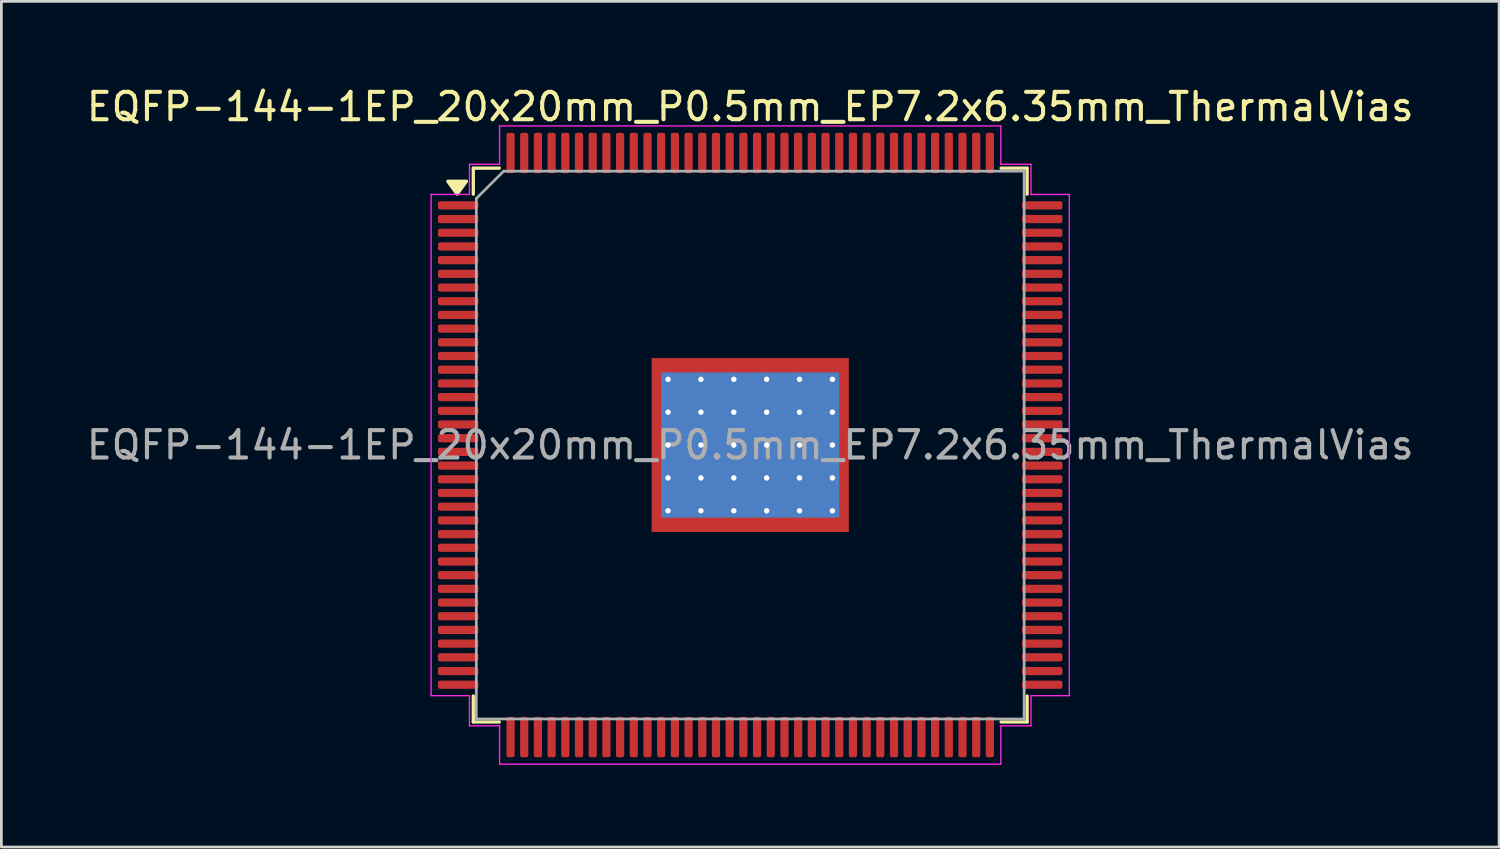
<source format=kicad_pcb>
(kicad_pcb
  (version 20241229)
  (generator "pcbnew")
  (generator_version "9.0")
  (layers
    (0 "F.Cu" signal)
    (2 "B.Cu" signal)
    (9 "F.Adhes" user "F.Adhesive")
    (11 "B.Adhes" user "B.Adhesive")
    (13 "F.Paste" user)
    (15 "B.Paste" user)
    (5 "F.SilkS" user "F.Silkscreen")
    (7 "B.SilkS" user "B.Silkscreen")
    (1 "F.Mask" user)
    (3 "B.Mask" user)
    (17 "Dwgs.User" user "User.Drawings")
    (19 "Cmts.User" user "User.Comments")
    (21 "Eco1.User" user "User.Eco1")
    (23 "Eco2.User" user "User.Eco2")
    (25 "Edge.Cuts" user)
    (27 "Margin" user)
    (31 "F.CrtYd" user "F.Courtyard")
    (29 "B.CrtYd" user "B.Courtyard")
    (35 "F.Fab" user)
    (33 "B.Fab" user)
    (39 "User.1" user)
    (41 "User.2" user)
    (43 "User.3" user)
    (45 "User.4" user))
  (footprint "EQFP-144-1EP_20x20mm_P0.5mm_EP7.2x6.35mm_ThermalVias"
    (layer "F.Cu")
    (at 24.339 13.198)
    (property "Reference" "EQFP-144-1EP_20x20mm_P0.5mm_EP7.2x6.35mm_ThermalVias" (at 0 -12.35 0) (layer "F.SilkS") (effects (font (size 1 1) (thickness 0.15))))
    (attr smd)
    (fp_line (start -10.11 -10.11) (end -10.11 -9.16) (stroke (width 0.12) (type solid)) (layer "F.SilkS"))
    (fp_line (start -10.11 10.11) (end -10.11 9.16) (stroke (width 0.12) (type solid)) (layer "F.SilkS"))
    (fp_line (start -9.16 -10.11) (end -10.11 -10.11) (stroke (width 0.12) (type solid)) (layer "F.SilkS"))
    (fp_line (start -9.16 10.11) (end -10.11 10.11) (stroke (width 0.12) (type solid)) (layer "F.SilkS"))
    (fp_line (start 9.16 -10.11) (end 10.11 -10.11) (stroke (width 0.12) (type solid)) (layer "F.SilkS"))
    (fp_line (start 9.16 10.11) (end 10.11 10.11) (stroke (width 0.12) (type solid)) (layer "F.SilkS"))
    (fp_line (start 10.11 -10.11) (end 10.11 -9.16) (stroke (width 0.12) (type solid)) (layer "F.SilkS"))
    (fp_line (start 10.11 10.11) (end 10.11 9.16) (stroke (width 0.12) (type solid)) (layer "F.SilkS"))
    (fp_poly (pts (xy -10.7 -9.16) (xy -11.04 -9.63) (xy -10.36 -9.63)) (stroke (width 0.12) (type solid)) (fill yes) (layer "F.SilkS"))
    (fp_line (start -11.65 -9.15) (end -10.25 -9.15) (stroke (width 0.05) (type solid)) (layer "F.CrtYd"))
    (fp_line (start -11.65 9.15) (end -11.65 -9.15) (stroke (width 0.05) (type solid)) (layer "F.CrtYd"))
    (fp_line (start -10.25 -10.25) (end -9.15 -10.25) (stroke (width 0.05) (type solid)) (layer "F.CrtYd"))
    (fp_line (start -10.25 -9.15) (end -10.25 -10.25) (stroke (width 0.05) (type solid)) (layer "F.CrtYd"))
    (fp_line (start -10.25 9.15) (end -11.65 9.15) (stroke (width 0.05) (type solid)) (layer "F.CrtYd"))
    (fp_line (start -10.25 10.25) (end -10.25 9.15) (stroke (width 0.05) (type solid)) (layer "F.CrtYd"))
    (fp_line (start -9.15 -11.65) (end 9.15 -11.65) (stroke (width 0.05) (type solid)) (layer "F.CrtYd"))
    (fp_line (start -9.15 -10.25) (end -9.15 -11.65) (stroke (width 0.05) (type solid)) (layer "F.CrtYd"))
    (fp_line (start -9.15 10.25) (end -10.25 10.25) (stroke (width 0.05) (type solid)) (layer "F.CrtYd"))
    (fp_line (start -9.15 11.65) (end -9.15 10.25) (stroke (width 0.05) (type solid)) (layer "F.CrtYd"))
    (fp_line (start 9.15 -11.65) (end 9.15 -10.25) (stroke (width 0.05) (type solid)) (layer "F.CrtYd"))
    (fp_line (start 9.15 -10.25) (end 10.25 -10.25) (stroke (width 0.05) (type solid)) (layer "F.CrtYd"))
    (fp_line (start 9.15 10.25) (end 9.15 11.65) (stroke (width 0.05) (type solid)) (layer "F.CrtYd"))
    (fp_line (start 9.15 11.65) (end -9.15 11.65) (stroke (width 0.05) (type solid)) (layer "F.CrtYd"))
    (fp_line (start 10.25 -10.25) (end 10.25 -9.15) (stroke (width 0.05) (type solid)) (layer "F.CrtYd"))
    (fp_line (start 10.25 -9.15) (end 11.65 -9.15) (stroke (width 0.05) (type solid)) (layer "F.CrtYd"))
    (fp_line (start 10.25 9.15) (end 10.25 10.25) (stroke (width 0.05) (type solid)) (layer "F.CrtYd"))
    (fp_line (start 10.25 10.25) (end 9.15 10.25) (stroke (width 0.05) (type solid)) (layer "F.CrtYd"))
    (fp_line (start 11.65 -9.15) (end 11.65 9.15) (stroke (width 0.05) (type solid)) (layer "F.CrtYd"))
    (fp_line (start 11.65 9.15) (end 10.25 9.15) (stroke (width 0.05) (type solid)) (layer "F.CrtYd"))
    (fp_line (start -10 -9) (end -9 -10) (stroke (width 0.1) (type solid)) (layer "F.Fab"))
    (fp_line (start -10 10) (end -10 -9) (stroke (width 0.1) (type solid)) (layer "F.Fab"))
    (fp_line (start -9 -10) (end 10 -10) (stroke (width 0.1) (type solid)) (layer "F.Fab"))
    (fp_line (start 10 -10) (end 10 10) (stroke (width 0.1) (type solid)) (layer "F.Fab"))
    (fp_line (start 10 10) (end -10 10) (stroke (width 0.1) (type solid)) (layer "F.Fab"))
    (fp_text user "${REFERENCE}" (at 0 0 0) (layer "F.Fab") (effects (font (size 1 1) (thickness 0.15))))
    (pad "" smd roundrect (at -3 -2.54) (size 0.97 1.02) (layers "F.Paste") (roundrect_rratio 0.25))
    (pad "" smd roundrect (at -3 -1.27) (size 0.97 1.02) (layers "F.Paste") (roundrect_rratio 0.25))
    (pad "" smd roundrect (at -3 0) (size 0.97 1.02) (layers "F.Paste") (roundrect_rratio 0.25))
    (pad "" smd roundrect (at -3 1.27) (size 0.97 1.02) (layers "F.Paste") (roundrect_rratio 0.25))
    (pad "" smd roundrect (at -3 2.54) (size 0.97 1.02) (layers "F.Paste") (roundrect_rratio 0.25))
    (pad "" smd roundrect (at -1.8 -2.54) (size 0.97 1.02) (layers "F.Paste") (roundrect_rratio 0.25))
    (pad "" smd roundrect (at -1.8 -1.27) (size 0.97 1.02) (layers "F.Paste") (roundrect_rratio 0.25))
    (pad "" smd roundrect (at -1.8 0) (size 0.97 1.02) (layers "F.Paste") (roundrect_rratio 0.25))
    (pad "" smd roundrect (at -1.8 1.27) (size 0.97 1.02) (layers "F.Paste") (roundrect_rratio 0.25))
    (pad "" smd roundrect (at -1.8 2.54) (size 0.97 1.02) (layers "F.Paste") (roundrect_rratio 0.25))
    (pad "" smd roundrect (at -0.6 -2.54) (size 0.97 1.02) (layers "F.Paste") (roundrect_rratio 0.25))
    (pad "" smd roundrect (at -0.6 -1.27) (size 0.97 1.02) (layers "F.Paste") (roundrect_rratio 0.25))
    (pad "" smd roundrect (at -0.6 0) (size 0.97 1.02) (layers "F.Paste") (roundrect_rratio 0.25))
    (pad "" smd roundrect (at -0.6 1.27) (size 0.97 1.02) (layers "F.Paste") (roundrect_rratio 0.25))
    (pad "" smd roundrect (at -0.6 2.54) (size 0.97 1.02) (layers "F.Paste") (roundrect_rratio 0.25))
    (pad "" smd roundrect (at 0.6 -2.54) (size 0.97 1.02) (layers "F.Paste") (roundrect_rratio 0.25))
    (pad "" smd roundrect (at 0.6 -1.27) (size 0.97 1.02) (layers "F.Paste") (roundrect_rratio 0.25))
    (pad "" smd roundrect (at 0.6 0) (size 0.97 1.02) (layers "F.Paste") (roundrect_rratio 0.25))
    (pad "" smd roundrect (at 0.6 1.27) (size 0.97 1.02) (layers "F.Paste") (roundrect_rratio 0.25))
    (pad "" smd roundrect (at 0.6 2.54) (size 0.97 1.02) (layers "F.Paste") (roundrect_rratio 0.25))
    (pad "" smd roundrect (at 1.8 -2.54) (size 0.97 1.02) (layers "F.Paste") (roundrect_rratio 0.25))
    (pad "" smd roundrect (at 1.8 -1.27) (size 0.97 1.02) (layers "F.Paste") (roundrect_rratio 0.25))
    (pad "" smd roundrect (at 1.8 0) (size 0.97 1.02) (layers "F.Paste") (roundrect_rratio 0.25))
    (pad "" smd roundrect (at 1.8 1.27) (size 0.97 1.02) (layers "F.Paste") (roundrect_rratio 0.25))
    (pad "" smd roundrect (at 1.8 2.54) (size 0.97 1.02) (layers "F.Paste") (roundrect_rratio 0.25))
    (pad "" smd roundrect (at 3 -2.54) (size 0.97 1.02) (layers "F.Paste") (roundrect_rratio 0.25))
    (pad "" smd roundrect (at 3 -1.27) (size 0.97 1.02) (layers "F.Paste") (roundrect_rratio 0.25))
    (pad "" smd roundrect (at 3 0) (size 0.97 1.02) (layers "F.Paste") (roundrect_rratio 0.25))
    (pad "" smd roundrect (at 3 1.27) (size 0.97 1.02) (layers "F.Paste") (roundrect_rratio 0.25))
    (pad "" smd roundrect (at 3 2.54) (size 0.97 1.02) (layers "F.Paste") (roundrect_rratio 0.25))
    (pad "1" smd roundrect (at -10.662 -8.75) (size 1.475 0.3) (layers "F.Cu" "F.Mask" "F.Paste") (roundrect_rratio 0.25))
    (pad "2" smd roundrect (at -10.662 -8.25) (size 1.475 0.3) (layers "F.Cu" "F.Mask" "F.Paste") (roundrect_rratio 0.25))
    (pad "3" smd roundrect (at -10.662 -7.75) (size 1.475 0.3) (layers "F.Cu" "F.Mask" "F.Paste") (roundrect_rratio 0.25))
    (pad "4" smd roundrect (at -10.662 -7.25) (size 1.475 0.3) (layers "F.Cu" "F.Mask" "F.Paste") (roundrect_rratio 0.25))
    (pad "5" smd roundrect (at -10.662 -6.75) (size 1.475 0.3) (layers "F.Cu" "F.Mask" "F.Paste") (roundrect_rratio 0.25))
    (pad "6" smd roundrect (at -10.662 -6.25) (size 1.475 0.3) (layers "F.Cu" "F.Mask" "F.Paste") (roundrect_rratio 0.25))
    (pad "7" smd roundrect (at -10.662 -5.75) (size 1.475 0.3) (layers "F.Cu" "F.Mask" "F.Paste") (roundrect_rratio 0.25))
    (pad "8" smd roundrect (at -10.662 -5.25) (size 1.475 0.3) (layers "F.Cu" "F.Mask" "F.Paste") (roundrect_rratio 0.25))
    (pad "9" smd roundrect (at -10.662 -4.75) (size 1.475 0.3) (layers "F.Cu" "F.Mask" "F.Paste") (roundrect_rratio 0.25))
    (pad "10" smd roundrect (at -10.662 -4.25) (size 1.475 0.3) (layers "F.Cu" "F.Mask" "F.Paste") (roundrect_rratio 0.25))
    (pad "11" smd roundrect (at -10.662 -3.75) (size 1.475 0.3) (layers "F.Cu" "F.Mask" "F.Paste") (roundrect_rratio 0.25))
    (pad "12" smd roundrect (at -10.662 -3.25) (size 1.475 0.3) (layers "F.Cu" "F.Mask" "F.Paste") (roundrect_rratio 0.25))
    (pad "13" smd roundrect (at -10.662 -2.75) (size 1.475 0.3) (layers "F.Cu" "F.Mask" "F.Paste") (roundrect_rratio 0.25))
    (pad "14" smd roundrect (at -10.662 -2.25) (size 1.475 0.3) (layers "F.Cu" "F.Mask" "F.Paste") (roundrect_rratio 0.25))
    (pad "15" smd roundrect (at -10.662 -1.75) (size 1.475 0.3) (layers "F.Cu" "F.Mask" "F.Paste") (roundrect_rratio 0.25))
    (pad "16" smd roundrect (at -10.662 -1.25) (size 1.475 0.3) (layers "F.Cu" "F.Mask" "F.Paste") (roundrect_rratio 0.25))
    (pad "17" smd roundrect (at -10.662 -0.75) (size 1.475 0.3) (layers "F.Cu" "F.Mask" "F.Paste") (roundrect_rratio 0.25))
    (pad "18" smd roundrect (at -10.662 -0.25) (size 1.475 0.3) (layers "F.Cu" "F.Mask" "F.Paste") (roundrect_rratio 0.25))
    (pad "19" smd roundrect (at -10.662 0.25) (size 1.475 0.3) (layers "F.Cu" "F.Mask" "F.Paste") (roundrect_rratio 0.25))
    (pad "20" smd roundrect (at -10.662 0.75) (size 1.475 0.3) (layers "F.Cu" "F.Mask" "F.Paste") (roundrect_rratio 0.25))
    (pad "21" smd roundrect (at -10.662 1.25) (size 1.475 0.3) (layers "F.Cu" "F.Mask" "F.Paste") (roundrect_rratio 0.25))
    (pad "22" smd roundrect (at -10.662 1.75) (size 1.475 0.3) (layers "F.Cu" "F.Mask" "F.Paste") (roundrect_rratio 0.25))
    (pad "23" smd roundrect (at -10.662 2.25) (size 1.475 0.3) (layers "F.Cu" "F.Mask" "F.Paste") (roundrect_rratio 0.25))
    (pad "24" smd roundrect (at -10.662 2.75) (size 1.475 0.3) (layers "F.Cu" "F.Mask" "F.Paste") (roundrect_rratio 0.25))
    (pad "25" smd roundrect (at -10.662 3.25) (size 1.475 0.3) (layers "F.Cu" "F.Mask" "F.Paste") (roundrect_rratio 0.25))
    (pad "26" smd roundrect (at -10.662 3.75) (size 1.475 0.3) (layers "F.Cu" "F.Mask" "F.Paste") (roundrect_rratio 0.25))
    (pad "27" smd roundrect (at -10.662 4.25) (size 1.475 0.3) (layers "F.Cu" "F.Mask" "F.Paste") (roundrect_rratio 0.25))
    (pad "28" smd roundrect (at -10.662 4.75) (size 1.475 0.3) (layers "F.Cu" "F.Mask" "F.Paste") (roundrect_rratio 0.25))
    (pad "29" smd roundrect (at -10.662 5.25) (size 1.475 0.3) (layers "F.Cu" "F.Mask" "F.Paste") (roundrect_rratio 0.25))
    (pad "30" smd roundrect (at -10.662 5.75) (size 1.475 0.3) (layers "F.Cu" "F.Mask" "F.Paste") (roundrect_rratio 0.25))
    (pad "31" smd roundrect (at -10.662 6.25) (size 1.475 0.3) (layers "F.Cu" "F.Mask" "F.Paste") (roundrect_rratio 0.25))
    (pad "32" smd roundrect (at -10.662 6.75) (size 1.475 0.3) (layers "F.Cu" "F.Mask" "F.Paste") (roundrect_rratio 0.25))
    (pad "33" smd roundrect (at -10.662 7.25) (size 1.475 0.3) (layers "F.Cu" "F.Mask" "F.Paste") (roundrect_rratio 0.25))
    (pad "34" smd roundrect (at -10.662 7.75) (size 1.475 0.3) (layers "F.Cu" "F.Mask" "F.Paste") (roundrect_rratio 0.25))
    (pad "35" smd roundrect (at -10.662 8.25) (size 1.475 0.3) (layers "F.Cu" "F.Mask" "F.Paste") (roundrect_rratio 0.25))
    (pad "36" smd roundrect (at -10.662 8.75) (size 1.475 0.3) (layers "F.Cu" "F.Mask" "F.Paste") (roundrect_rratio 0.25))
    (pad "37" smd roundrect (at -8.75 10.662) (size 0.3 1.475) (layers "F.Cu" "F.Mask" "F.Paste") (roundrect_rratio 0.25))
    (pad "38" smd roundrect (at -8.25 10.662) (size 0.3 1.475) (layers "F.Cu" "F.Mask" "F.Paste") (roundrect_rratio 0.25))
    (pad "39" smd roundrect (at -7.75 10.662) (size 0.3 1.475) (layers "F.Cu" "F.Mask" "F.Paste") (roundrect_rratio 0.25))
    (pad "40" smd roundrect (at -7.25 10.662) (size 0.3 1.475) (layers "F.Cu" "F.Mask" "F.Paste") (roundrect_rratio 0.25))
    (pad "41" smd roundrect (at -6.75 10.662) (size 0.3 1.475) (layers "F.Cu" "F.Mask" "F.Paste") (roundrect_rratio 0.25))
    (pad "42" smd roundrect (at -6.25 10.662) (size 0.3 1.475) (layers "F.Cu" "F.Mask" "F.Paste") (roundrect_rratio 0.25))
    (pad "43" smd roundrect (at -5.75 10.662) (size 0.3 1.475) (layers "F.Cu" "F.Mask" "F.Paste") (roundrect_rratio 0.25))
    (pad "44" smd roundrect (at -5.25 10.662) (size 0.3 1.475) (layers "F.Cu" "F.Mask" "F.Paste") (roundrect_rratio 0.25))
    (pad "45" smd roundrect (at -4.75 10.662) (size 0.3 1.475) (layers "F.Cu" "F.Mask" "F.Paste") (roundrect_rratio 0.25))
    (pad "46" smd roundrect (at -4.25 10.662) (size 0.3 1.475) (layers "F.Cu" "F.Mask" "F.Paste") (roundrect_rratio 0.25))
    (pad "47" smd roundrect (at -3.75 10.662) (size 0.3 1.475) (layers "F.Cu" "F.Mask" "F.Paste") (roundrect_rratio 0.25))
    (pad "48" smd roundrect (at -3.25 10.662) (size 0.3 1.475) (layers "F.Cu" "F.Mask" "F.Paste") (roundrect_rratio 0.25))
    (pad "49" smd roundrect (at -2.75 10.662) (size 0.3 1.475) (layers "F.Cu" "F.Mask" "F.Paste") (roundrect_rratio 0.25))
    (pad "50" smd roundrect (at -2.25 10.662) (size 0.3 1.475) (layers "F.Cu" "F.Mask" "F.Paste") (roundrect_rratio 0.25))
    (pad "51" smd roundrect (at -1.75 10.662) (size 0.3 1.475) (layers "F.Cu" "F.Mask" "F.Paste") (roundrect_rratio 0.25))
    (pad "52" smd roundrect (at -1.25 10.662) (size 0.3 1.475) (layers "F.Cu" "F.Mask" "F.Paste") (roundrect_rratio 0.25))
    (pad "53" smd roundrect (at -0.75 10.662) (size 0.3 1.475) (layers "F.Cu" "F.Mask" "F.Paste") (roundrect_rratio 0.25))
    (pad "54" smd roundrect (at -0.25 10.662) (size 0.3 1.475) (layers "F.Cu" "F.Mask" "F.Paste") (roundrect_rratio 0.25))
    (pad "55" smd roundrect (at 0.25 10.662) (size 0.3 1.475) (layers "F.Cu" "F.Mask" "F.Paste") (roundrect_rratio 0.25))
    (pad "56" smd roundrect (at 0.75 10.662) (size 0.3 1.475) (layers "F.Cu" "F.Mask" "F.Paste") (roundrect_rratio 0.25))
    (pad "57" smd roundrect (at 1.25 10.662) (size 0.3 1.475) (layers "F.Cu" "F.Mask" "F.Paste") (roundrect_rratio 0.25))
    (pad "58" smd roundrect (at 1.75 10.662) (size 0.3 1.475) (layers "F.Cu" "F.Mask" "F.Paste") (roundrect_rratio 0.25))
    (pad "59" smd roundrect (at 2.25 10.662) (size 0.3 1.475) (layers "F.Cu" "F.Mask" "F.Paste") (roundrect_rratio 0.25))
    (pad "60" smd roundrect (at 2.75 10.662) (size 0.3 1.475) (layers "F.Cu" "F.Mask" "F.Paste") (roundrect_rratio 0.25))
    (pad "61" smd roundrect (at 3.25 10.662) (size 0.3 1.475) (layers "F.Cu" "F.Mask" "F.Paste") (roundrect_rratio 0.25))
    (pad "62" smd roundrect (at 3.75 10.662) (size 0.3 1.475) (layers "F.Cu" "F.Mask" "F.Paste") (roundrect_rratio 0.25))
    (pad "63" smd roundrect (at 4.25 10.662) (size 0.3 1.475) (layers "F.Cu" "F.Mask" "F.Paste") (roundrect_rratio 0.25))
    (pad "64" smd roundrect (at 4.75 10.662) (size 0.3 1.475) (layers "F.Cu" "F.Mask" "F.Paste") (roundrect_rratio 0.25))
    (pad "65" smd roundrect (at 5.25 10.662) (size 0.3 1.475) (layers "F.Cu" "F.Mask" "F.Paste") (roundrect_rratio 0.25))
    (pad "66" smd roundrect (at 5.75 10.662) (size 0.3 1.475) (layers "F.Cu" "F.Mask" "F.Paste") (roundrect_rratio 0.25))
    (pad "67" smd roundrect (at 6.25 10.662) (size 0.3 1.475) (layers "F.Cu" "F.Mask" "F.Paste") (roundrect_rratio 0.25))
    (pad "68" smd roundrect (at 6.75 10.662) (size 0.3 1.475) (layers "F.Cu" "F.Mask" "F.Paste") (roundrect_rratio 0.25))
    (pad "69" smd roundrect (at 7.25 10.662) (size 0.3 1.475) (layers "F.Cu" "F.Mask" "F.Paste") (roundrect_rratio 0.25))
    (pad "70" smd roundrect (at 7.75 10.662) (size 0.3 1.475) (layers "F.Cu" "F.Mask" "F.Paste") (roundrect_rratio 0.25))
    (pad "71" smd roundrect (at 8.25 10.662) (size 0.3 1.475) (layers "F.Cu" "F.Mask" "F.Paste") (roundrect_rratio 0.25))
    (pad "72" smd roundrect (at 8.75 10.662) (size 0.3 1.475) (layers "F.Cu" "F.Mask" "F.Paste") (roundrect_rratio 0.25))
    (pad "73" smd roundrect (at 10.662 8.75) (size 1.475 0.3) (layers "F.Cu" "F.Mask" "F.Paste") (roundrect_rratio 0.25))
    (pad "74" smd roundrect (at 10.662 8.25) (size 1.475 0.3) (layers "F.Cu" "F.Mask" "F.Paste") (roundrect_rratio 0.25))
    (pad "75" smd roundrect (at 10.662 7.75) (size 1.475 0.3) (layers "F.Cu" "F.Mask" "F.Paste") (roundrect_rratio 0.25))
    (pad "76" smd roundrect (at 10.662 7.25) (size 1.475 0.3) (layers "F.Cu" "F.Mask" "F.Paste") (roundrect_rratio 0.25))
    (pad "77" smd roundrect (at 10.662 6.75) (size 1.475 0.3) (layers "F.Cu" "F.Mask" "F.Paste") (roundrect_rratio 0.25))
    (pad "78" smd roundrect (at 10.662 6.25) (size 1.475 0.3) (layers "F.Cu" "F.Mask" "F.Paste") (roundrect_rratio 0.25))
    (pad "79" smd roundrect (at 10.662 5.75) (size 1.475 0.3) (layers "F.Cu" "F.Mask" "F.Paste") (roundrect_rratio 0.25))
    (pad "80" smd roundrect (at 10.662 5.25) (size 1.475 0.3) (layers "F.Cu" "F.Mask" "F.Paste") (roundrect_rratio 0.25))
    (pad "81" smd roundrect (at 10.662 4.75) (size 1.475 0.3) (layers "F.Cu" "F.Mask" "F.Paste") (roundrect_rratio 0.25))
    (pad "82" smd roundrect (at 10.662 4.25) (size 1.475 0.3) (layers "F.Cu" "F.Mask" "F.Paste") (roundrect_rratio 0.25))
    (pad "83" smd roundrect (at 10.662 3.75) (size 1.475 0.3) (layers "F.Cu" "F.Mask" "F.Paste") (roundrect_rratio 0.25))
    (pad "84" smd roundrect (at 10.662 3.25) (size 1.475 0.3) (layers "F.Cu" "F.Mask" "F.Paste") (roundrect_rratio 0.25))
    (pad "85" smd roundrect (at 10.662 2.75) (size 1.475 0.3) (layers "F.Cu" "F.Mask" "F.Paste") (roundrect_rratio 0.25))
    (pad "86" smd roundrect (at 10.662 2.25) (size 1.475 0.3) (layers "F.Cu" "F.Mask" "F.Paste") (roundrect_rratio 0.25))
    (pad "87" smd roundrect (at 10.662 1.75) (size 1.475 0.3) (layers "F.Cu" "F.Mask" "F.Paste") (roundrect_rratio 0.25))
    (pad "88" smd roundrect (at 10.662 1.25) (size 1.475 0.3) (layers "F.Cu" "F.Mask" "F.Paste") (roundrect_rratio 0.25))
    (pad "89" smd roundrect (at 10.662 0.75) (size 1.475 0.3) (layers "F.Cu" "F.Mask" "F.Paste") (roundrect_rratio 0.25))
    (pad "90" smd roundrect (at 10.662 0.25) (size 1.475 0.3) (layers "F.Cu" "F.Mask" "F.Paste") (roundrect_rratio 0.25))
    (pad "91" smd roundrect (at 10.662 -0.25) (size 1.475 0.3) (layers "F.Cu" "F.Mask" "F.Paste") (roundrect_rratio 0.25))
    (pad "92" smd roundrect (at 10.662 -0.75) (size 1.475 0.3) (layers "F.Cu" "F.Mask" "F.Paste") (roundrect_rratio 0.25))
    (pad "93" smd roundrect (at 10.662 -1.25) (size 1.475 0.3) (layers "F.Cu" "F.Mask" "F.Paste") (roundrect_rratio 0.25))
    (pad "94" smd roundrect (at 10.662 -1.75) (size 1.475 0.3) (layers "F.Cu" "F.Mask" "F.Paste") (roundrect_rratio 0.25))
    (pad "95" smd roundrect (at 10.662 -2.25) (size 1.475 0.3) (layers "F.Cu" "F.Mask" "F.Paste") (roundrect_rratio 0.25))
    (pad "96" smd roundrect (at 10.662 -2.75) (size 1.475 0.3) (layers "F.Cu" "F.Mask" "F.Paste") (roundrect_rratio 0.25))
    (pad "97" smd roundrect (at 10.662 -3.25) (size 1.475 0.3) (layers "F.Cu" "F.Mask" "F.Paste") (roundrect_rratio 0.25))
    (pad "98" smd roundrect (at 10.662 -3.75) (size 1.475 0.3) (layers "F.Cu" "F.Mask" "F.Paste") (roundrect_rratio 0.25))
    (pad "99" smd roundrect (at 10.662 -4.25) (size 1.475 0.3) (layers "F.Cu" "F.Mask" "F.Paste") (roundrect_rratio 0.25))
    (pad "100" smd roundrect (at 10.662 -4.75) (size 1.475 0.3) (layers "F.Cu" "F.Mask" "F.Paste") (roundrect_rratio 0.25))
    (pad "101" smd roundrect (at 10.662 -5.25) (size 1.475 0.3) (layers "F.Cu" "F.Mask" "F.Paste") (roundrect_rratio 0.25))
    (pad "102" smd roundrect (at 10.662 -5.75) (size 1.475 0.3) (layers "F.Cu" "F.Mask" "F.Paste") (roundrect_rratio 0.25))
    (pad "103" smd roundrect (at 10.662 -6.25) (size 1.475 0.3) (layers "F.Cu" "F.Mask" "F.Paste") (roundrect_rratio 0.25))
    (pad "104" smd roundrect (at 10.662 -6.75) (size 1.475 0.3) (layers "F.Cu" "F.Mask" "F.Paste") (roundrect_rratio 0.25))
    (pad "105" smd roundrect (at 10.662 -7.25) (size 1.475 0.3) (layers "F.Cu" "F.Mask" "F.Paste") (roundrect_rratio 0.25))
    (pad "106" smd roundrect (at 10.662 -7.75) (size 1.475 0.3) (layers "F.Cu" "F.Mask" "F.Paste") (roundrect_rratio 0.25))
    (pad "107" smd roundrect (at 10.662 -8.25) (size 1.475 0.3) (layers "F.Cu" "F.Mask" "F.Paste") (roundrect_rratio 0.25))
    (pad "108" smd roundrect (at 10.662 -8.75) (size 1.475 0.3) (layers "F.Cu" "F.Mask" "F.Paste") (roundrect_rratio 0.25))
    (pad "109" smd roundrect (at 8.75 -10.662) (size 0.3 1.475) (layers "F.Cu" "F.Mask" "F.Paste") (roundrect_rratio 0.25))
    (pad "110" smd roundrect (at 8.25 -10.662) (size 0.3 1.475) (layers "F.Cu" "F.Mask" "F.Paste") (roundrect_rratio 0.25))
    (pad "111" smd roundrect (at 7.75 -10.662) (size 0.3 1.475) (layers "F.Cu" "F.Mask" "F.Paste") (roundrect_rratio 0.25))
    (pad "112" smd roundrect (at 7.25 -10.662) (size 0.3 1.475) (layers "F.Cu" "F.Mask" "F.Paste") (roundrect_rratio 0.25))
    (pad "113" smd roundrect (at 6.75 -10.662) (size 0.3 1.475) (layers "F.Cu" "F.Mask" "F.Paste") (roundrect_rratio 0.25))
    (pad "114" smd roundrect (at 6.25 -10.662) (size 0.3 1.475) (layers "F.Cu" "F.Mask" "F.Paste") (roundrect_rratio 0.25))
    (pad "115" smd roundrect (at 5.75 -10.662) (size 0.3 1.475) (layers "F.Cu" "F.Mask" "F.Paste") (roundrect_rratio 0.25))
    (pad "116" smd roundrect (at 5.25 -10.662) (size 0.3 1.475) (layers "F.Cu" "F.Mask" "F.Paste") (roundrect_rratio 0.25))
    (pad "117" smd roundrect (at 4.75 -10.662) (size 0.3 1.475) (layers "F.Cu" "F.Mask" "F.Paste") (roundrect_rratio 0.25))
    (pad "118" smd roundrect (at 4.25 -10.662) (size 0.3 1.475) (layers "F.Cu" "F.Mask" "F.Paste") (roundrect_rratio 0.25))
    (pad "119" smd roundrect (at 3.75 -10.662) (size 0.3 1.475) (layers "F.Cu" "F.Mask" "F.Paste") (roundrect_rratio 0.25))
    (pad "120" smd roundrect (at 3.25 -10.662) (size 0.3 1.475) (layers "F.Cu" "F.Mask" "F.Paste") (roundrect_rratio 0.25))
    (pad "121" smd roundrect (at 2.75 -10.662) (size 0.3 1.475) (layers "F.Cu" "F.Mask" "F.Paste") (roundrect_rratio 0.25))
    (pad "122" smd roundrect (at 2.25 -10.662) (size 0.3 1.475) (layers "F.Cu" "F.Mask" "F.Paste") (roundrect_rratio 0.25))
    (pad "123" smd roundrect (at 1.75 -10.662) (size 0.3 1.475) (layers "F.Cu" "F.Mask" "F.Paste") (roundrect_rratio 0.25))
    (pad "124" smd roundrect (at 1.25 -10.662) (size 0.3 1.475) (layers "F.Cu" "F.Mask" "F.Paste") (roundrect_rratio 0.25))
    (pad "125" smd roundrect (at 0.75 -10.662) (size 0.3 1.475) (layers "F.Cu" "F.Mask" "F.Paste") (roundrect_rratio 0.25))
    (pad "126" smd roundrect (at 0.25 -10.662) (size 0.3 1.475) (layers "F.Cu" "F.Mask" "F.Paste") (roundrect_rratio 0.25))
    (pad "127" smd roundrect (at -0.25 -10.662) (size 0.3 1.475) (layers "F.Cu" "F.Mask" "F.Paste") (roundrect_rratio 0.25))
    (pad "128" smd roundrect (at -0.75 -10.662) (size 0.3 1.475) (layers "F.Cu" "F.Mask" "F.Paste") (roundrect_rratio 0.25))
    (pad "129" smd roundrect (at -1.25 -10.662) (size 0.3 1.475) (layers "F.Cu" "F.Mask" "F.Paste") (roundrect_rratio 0.25))
    (pad "130" smd roundrect (at -1.75 -10.662) (size 0.3 1.475) (layers "F.Cu" "F.Mask" "F.Paste") (roundrect_rratio 0.25))
    (pad "131" smd roundrect (at -2.25 -10.662) (size 0.3 1.475) (layers "F.Cu" "F.Mask" "F.Paste") (roundrect_rratio 0.25))
    (pad "132" smd roundrect (at -2.75 -10.662) (size 0.3 1.475) (layers "F.Cu" "F.Mask" "F.Paste") (roundrect_rratio 0.25))
    (pad "133" smd roundrect (at -3.25 -10.662) (size 0.3 1.475) (layers "F.Cu" "F.Mask" "F.Paste") (roundrect_rratio 0.25))
    (pad "134" smd roundrect (at -3.75 -10.662) (size 0.3 1.475) (layers "F.Cu" "F.Mask" "F.Paste") (roundrect_rratio 0.25))
    (pad "135" smd roundrect (at -4.25 -10.662) (size 0.3 1.475) (layers "F.Cu" "F.Mask" "F.Paste") (roundrect_rratio 0.25))
    (pad "136" smd roundrect (at -4.75 -10.662) (size 0.3 1.475) (layers "F.Cu" "F.Mask" "F.Paste") (roundrect_rratio 0.25))
    (pad "137" smd roundrect (at -5.25 -10.662) (size 0.3 1.475) (layers "F.Cu" "F.Mask" "F.Paste") (roundrect_rratio 0.25))
    (pad "138" smd roundrect (at -5.75 -10.662) (size 0.3 1.475) (layers "F.Cu" "F.Mask" "F.Paste") (roundrect_rratio 0.25))
    (pad "139" smd roundrect (at -6.25 -10.662) (size 0.3 1.475) (layers "F.Cu" "F.Mask" "F.Paste") (roundrect_rratio 0.25))
    (pad "140" smd roundrect (at -6.75 -10.662) (size 0.3 1.475) (layers "F.Cu" "F.Mask" "F.Paste") (roundrect_rratio 0.25))
    (pad "141" smd roundrect (at -7.25 -10.662) (size 0.3 1.475) (layers "F.Cu" "F.Mask" "F.Paste") (roundrect_rratio 0.25))
    (pad "142" smd roundrect (at -7.75 -10.662) (size 0.3 1.475) (layers "F.Cu" "F.Mask" "F.Paste") (roundrect_rratio 0.25))
    (pad "143" smd roundrect (at -8.25 -10.662) (size 0.3 1.475) (layers "F.Cu" "F.Mask" "F.Paste") (roundrect_rratio 0.25))
    (pad "144" smd roundrect (at -8.75 -10.662) (size 0.3 1.475) (layers "F.Cu" "F.Mask" "F.Paste") (roundrect_rratio 0.25))
    (pad "145" thru_hole circle (at -3 -2.4) (size 0.5 0.5) (drill 0.2) (property pad_prop_heatsink) (layers "*.Cu"))
    (pad "145" thru_hole circle (at -3 -1.2) (size 0.5 0.5) (drill 0.2) (property pad_prop_heatsink) (layers "*.Cu"))
    (pad "145" thru_hole circle (at -3 0) (size 0.5 0.5) (drill 0.2) (property pad_prop_heatsink) (layers "*.Cu"))
    (pad "145" thru_hole circle (at -3 1.2) (size 0.5 0.5) (drill 0.2) (property pad_prop_heatsink) (layers "*.Cu"))
    (pad "145" thru_hole circle (at -3 2.4) (size 0.5 0.5) (drill 0.2) (property pad_prop_heatsink) (layers "*.Cu"))
    (pad "145" thru_hole circle (at -1.8 -2.4) (size 0.5 0.5) (drill 0.2) (property pad_prop_heatsink) (layers "*.Cu"))
    (pad "145" thru_hole circle (at -1.8 -1.2) (size 0.5 0.5) (drill 0.2) (property pad_prop_heatsink) (layers "*.Cu"))
    (pad "145" thru_hole circle (at -1.8 0) (size 0.5 0.5) (drill 0.2) (property pad_prop_heatsink) (layers "*.Cu"))
    (pad "145" thru_hole circle (at -1.8 1.2) (size 0.5 0.5) (drill 0.2) (property pad_prop_heatsink) (layers "*.Cu"))
    (pad "145" thru_hole circle (at -1.8 2.4) (size 0.5 0.5) (drill 0.2) (property pad_prop_heatsink) (layers "*.Cu"))
    (pad "145" thru_hole circle (at -0.6 -2.4) (size 0.5 0.5) (drill 0.2) (property pad_prop_heatsink) (layers "*.Cu"))
    (pad "145" thru_hole circle (at -0.6 -1.2) (size 0.5 0.5) (drill 0.2) (property pad_prop_heatsink) (layers "*.Cu"))
    (pad "145" thru_hole circle (at -0.6 0) (size 0.5 0.5) (drill 0.2) (property pad_prop_heatsink) (layers "*.Cu"))
    (pad "145" thru_hole circle (at -0.6 1.2) (size 0.5 0.5) (drill 0.2) (property pad_prop_heatsink) (layers "*.Cu"))
    (pad "145" thru_hole circle (at -0.6 2.4) (size 0.5 0.5) (drill 0.2) (property pad_prop_heatsink) (layers "*.Cu"))
    (pad "145" smd rect (at 0 0) (size 6.5 5.3) (property pad_prop_heatsink) (layers "B.Cu"))
    (pad "145" smd rect (at 0 0) (size 7.2 6.35) (property pad_prop_heatsink) (layers "F.Cu" "F.Mask"))
    (pad "145" thru_hole circle (at 0.6 -2.4) (size 0.5 0.5) (drill 0.2) (property pad_prop_heatsink) (layers "*.Cu"))
    (pad "145" thru_hole circle (at 0.6 -1.2) (size 0.5 0.5) (drill 0.2) (property pad_prop_heatsink) (layers "*.Cu"))
    (pad "145" thru_hole circle (at 0.6 0) (size 0.5 0.5) (drill 0.2) (property pad_prop_heatsink) (layers "*.Cu"))
    (pad "145" thru_hole circle (at 0.6 1.2) (size 0.5 0.5) (drill 0.2) (property pad_prop_heatsink) (layers "*.Cu"))
    (pad "145" thru_hole circle (at 0.6 2.4) (size 0.5 0.5) (drill 0.2) (property pad_prop_heatsink) (layers "*.Cu"))
    (pad "145" thru_hole circle (at 1.8 -2.4) (size 0.5 0.5) (drill 0.2) (property pad_prop_heatsink) (layers "*.Cu"))
    (pad "145" thru_hole circle (at 1.8 -1.2) (size 0.5 0.5) (drill 0.2) (property pad_prop_heatsink) (layers "*.Cu"))
    (pad "145" thru_hole circle (at 1.8 0) (size 0.5 0.5) (drill 0.2) (property pad_prop_heatsink) (layers "*.Cu"))
    (pad "145" thru_hole circle (at 1.8 1.2) (size 0.5 0.5) (drill 0.2) (property pad_prop_heatsink) (layers "*.Cu"))
    (pad "145" thru_hole circle (at 1.8 2.4) (size 0.5 0.5) (drill 0.2) (property pad_prop_heatsink) (layers "*.Cu"))
    (pad "145" thru_hole circle (at 3 -2.4) (size 0.5 0.5) (drill 0.2) (property pad_prop_heatsink) (layers "*.Cu"))
    (pad "145" thru_hole circle (at 3 -1.2) (size 0.5 0.5) (drill 0.2) (property pad_prop_heatsink) (layers "*.Cu"))
    (pad "145" thru_hole circle (at 3 0) (size 0.5 0.5) (drill 0.2) (property pad_prop_heatsink) (layers "*.Cu"))
    (pad "145" thru_hole circle (at 3 1.2) (size 0.5 0.5) (drill 0.2) (property pad_prop_heatsink) (layers "*.Cu"))
    (pad "145" thru_hole circle (at 3 2.4) (size 0.5 0.5) (drill 0.2) (property pad_prop_heatsink) (layers "*.Cu")))
  (gr_rect
    (start -3 -3)
    (end 51.679 27.873)
    (stroke (width 0.1) (type default))
    (fill no)
    (layer "Edge.Cuts")))
</source>
